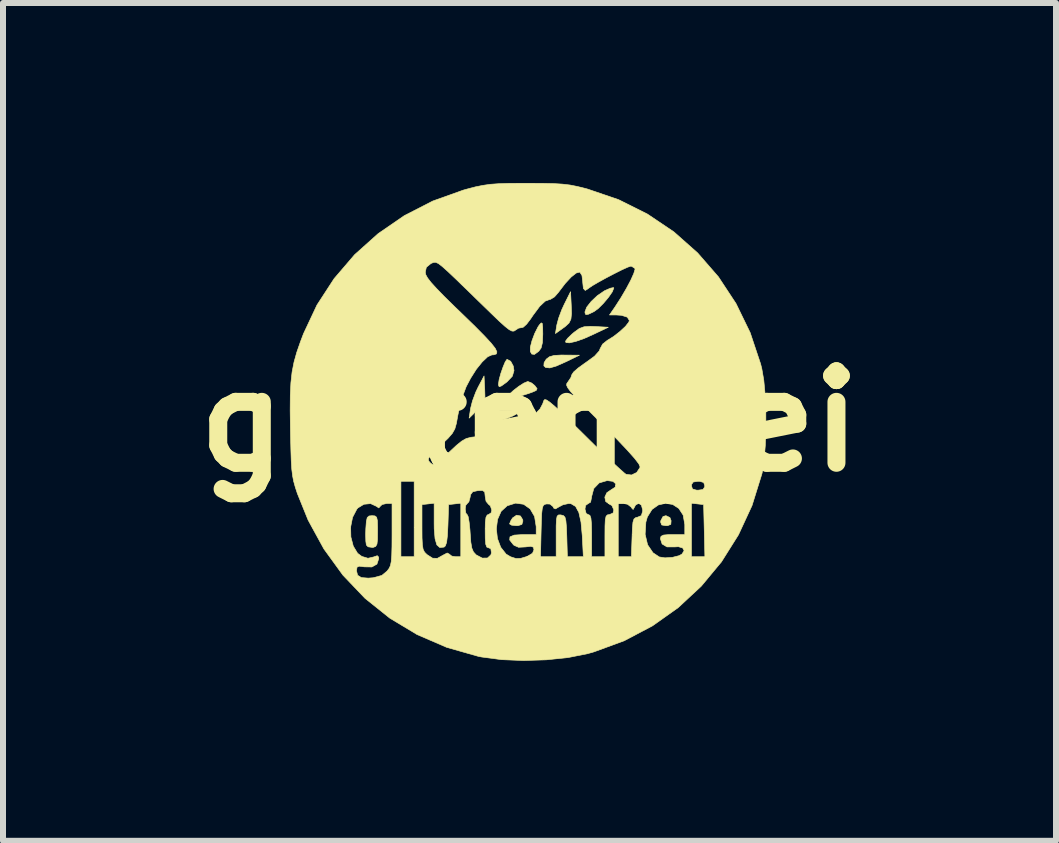
<source format=kicad_pcb>
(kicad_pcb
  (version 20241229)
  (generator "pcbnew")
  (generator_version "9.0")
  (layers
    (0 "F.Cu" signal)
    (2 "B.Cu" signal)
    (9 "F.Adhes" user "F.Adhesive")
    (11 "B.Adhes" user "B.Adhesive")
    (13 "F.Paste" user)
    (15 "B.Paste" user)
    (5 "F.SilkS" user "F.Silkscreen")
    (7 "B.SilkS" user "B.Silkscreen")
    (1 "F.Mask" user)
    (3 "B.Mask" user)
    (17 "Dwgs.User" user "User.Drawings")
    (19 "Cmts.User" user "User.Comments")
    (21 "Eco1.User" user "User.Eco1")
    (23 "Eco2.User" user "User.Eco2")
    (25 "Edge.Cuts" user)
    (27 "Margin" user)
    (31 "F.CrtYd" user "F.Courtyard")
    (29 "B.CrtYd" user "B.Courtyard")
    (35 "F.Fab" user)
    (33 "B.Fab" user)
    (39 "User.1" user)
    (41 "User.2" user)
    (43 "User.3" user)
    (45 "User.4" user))
  (footprint "glutenfrei"
    (layer "F.Cu")
    (at 5.777 3.975)
    (property "Reference" "glutenfrei" (at 0 0 0) (layer "F.SilkS") (effects (font (size 1.524 1.524) (thickness 0.3))))
    (attr through_hole)
    (fp_poly (pts (xy 2.34 1.602) (xy 2.36 1.655) (xy 2.355 1.716) (xy 2.303 1.737) (xy 2.274 1.738) (xy 2.203 1.726) (xy 2.186 1.68) (xy 2.188 1.655) (xy 2.225 1.585) (xy 2.274 1.571) (xy 2.34 1.602)) (stroke (width 0.01) (type solid)) (fill yes) (layer "F.SilkS"))
    (fp_poly (pts (xy -0.747 -0.539) (xy -0.743 -0.413) (xy -0.756 -0.331) (xy -0.796 -0.266) (xy -0.871 -0.188) (xy -1.007 -0.055) (xy -0.983 -0.216) (xy -0.951 -0.342) (xy -0.896 -0.489) (xy -0.859 -0.567) (xy -0.758 -0.758) (xy -0.747 -0.539)) (stroke (width 0.01) (type solid)) (fill yes) (layer "F.SilkS"))
    (fp_poly (pts (xy -0.151 1.576) (xy -0.113 1.64) (xy -0.111 1.663) (xy -0.128 1.717) (xy -0.191 1.737) (xy -0.222 1.738) (xy -0.3 1.729) (xy -0.333 1.708) (xy -0.333 1.708) (xy -0.313 1.657) (xy -0.283 1.609) (xy -0.216 1.563) (xy -0.151 1.576)) (stroke (width 0.01) (type solid)) (fill yes) (layer "F.SilkS"))
    (fp_poly (pts (xy 0.588 -1.106) (xy 0.832 -1.104) (xy 0.61 -0.996) (xy 0.448 -0.924) (xy 0.338 -0.892) (xy 0.268 -0.899) (xy 0.239 -0.927) (xy 0.243 -0.98) (xy 0.279 -1.038) (xy 0.332 -1.078) (xy 0.409 -1.1) (xy 0.532 -1.107) (xy 0.588 -1.106)) (stroke (width 0.01) (type solid)) (fill yes) (layer "F.SilkS"))
    (fp_poly (pts (xy 0.695 -1.945) (xy 0.7 -1.799) (xy 0.69 -1.705) (xy 0.658 -1.64) (xy 0.595 -1.582) (xy 0.552 -1.551) (xy 0.432 -1.465) (xy 0.455 -1.608) (xy 0.485 -1.721) (xy 0.537 -1.861) (xy 0.581 -1.956) (xy 0.684 -2.163) (xy 0.695 -1.945)) (stroke (width 0.01) (type solid)) (fill yes) (layer "F.SilkS"))
    (fp_poly (pts (xy 1.094 -1.582) (xy 1.313 -1.57) (xy 1.072 -1.455) (xy 0.909 -1.382) (xy 0.769 -1.333) (xy 0.665 -1.31) (xy 0.607 -1.315) (xy 0.6 -1.338) (xy 0.636 -1.387) (xy 0.709 -1.457) (xy 0.746 -1.488) (xy 0.83 -1.549) (xy 0.909 -1.578) (xy 1.012 -1.585) (xy 1.094 -1.582)) (stroke (width 0.01) (type solid)) (fill yes) (layer "F.SilkS"))
    (fp_poly (pts (xy 0.212 -1.634) (xy 0.219 -1.572) (xy 0.221 -1.457) (xy 0.215 -1.314) (xy 0.193 -1.224) (xy 0.154 -1.17) (xy 0.082 -1.117) (xy 0.037 -1.123) (xy 0.013 -1.166) (xy 0.013 -1.237) (xy 0.041 -1.346) (xy 0.087 -1.468) (xy 0.142 -1.577) (xy 0.166 -1.612) (xy 0.195 -1.643) (xy 0.212 -1.634)) (stroke (width 0.01) (type solid)) (fill yes) (layer "F.SilkS"))
    (fp_poly (pts (xy -0.314 -1.003) (xy -0.271 -0.923) (xy -0.259 -0.847) (xy -0.287 -0.753) (xy -0.376 -0.659) (xy -0.388 -0.65) (xy -0.468 -0.592) (xy -0.506 -0.578) (xy -0.517 -0.605) (xy -0.518 -0.62) (xy -0.507 -0.696) (xy -0.479 -0.799) (xy -0.442 -0.905) (xy -0.406 -0.992) (xy -0.377 -1.034) (xy -0.374 -1.035) (xy -0.314 -1.003)) (stroke (width 0.01) (type solid)) (fill yes) (layer "F.SilkS"))
    (fp_poly (pts (xy 0.036 -0.64) (xy 0.088 -0.597) (xy 0.126 -0.546) (xy 0.111 -0.516) (xy 0.047 -0.488) (xy -0.064 -0.45) (xy -0.148 -0.425) (xy -0.246 -0.399) (xy -0.305 -0.383) (xy -0.359 -0.384) (xy -0.37 -0.401) (xy -0.342 -0.447) (xy -0.272 -0.513) (xy -0.182 -0.583) (xy -0.095 -0.639) (xy -0.032 -0.665) (xy -0.028 -0.666) (xy 0.036 -0.64)) (stroke (width 0.01) (type solid)) (fill yes) (layer "F.SilkS"))
    (fp_poly (pts (xy 1.405 -2.225) (xy 1.38 -2.161) (xy 1.317 -2.07) (xy 1.233 -1.97) (xy 1.146 -1.883) (xy 1.075 -1.831) (xy 0.983 -1.787) (xy 0.939 -1.78) (xy 0.925 -1.808) (xy 0.924 -1.827) (xy 0.953 -1.904) (xy 1.028 -2) (xy 1.131 -2.097) (xy 1.245 -2.175) (xy 1.262 -2.184) (xy 1.348 -2.221) (xy 1.399 -2.231) (xy 1.405 -2.225)) (stroke (width 0.01) (type solid)) (fill yes) (layer "F.SilkS"))
    (fp_poly (pts (xy -2.577 1.575) (xy -2.549 1.597) (xy -2.536 1.654) (xy -2.533 1.761) (xy -2.533 1.83) (xy -2.534 1.966) (xy -2.543 2.045) (xy -2.565 2.084) (xy -2.604 2.099) (xy -2.616 2.101) (xy -2.691 2.09) (xy -2.72 2.06) (xy -2.729 1.996) (xy -2.732 1.885) (xy -2.729 1.789) (xy -2.72 1.667) (xy -2.705 1.602) (xy -2.675 1.576) (xy -2.625 1.571) (xy -2.577 1.575)) (stroke (width 0.01) (type solid)) (fill yes) (layer "F.SilkS"))
    (fp_poly (pts (xy -0.248 -0.183) (xy -0.184 -0.177) (xy -0.172 -0.161) (xy -0.201 -0.133) (xy -0.206 -0.13) (xy -0.28 -0.09) (xy -0.4 -0.041) (xy -0.541 0.008) (xy -0.676 0.049) (xy -0.779 0.072) (xy -0.806 0.074) (xy -0.826 0.056) (xy -0.791 0.000489) (xy -0.739 -0.055) (xy -0.666 -0.126) (xy -0.6 -0.165) (xy -0.515 -0.181) (xy -0.386 -0.185) (xy -0.374 -0.185) (xy -0.248 -0.183)) (stroke (width 0.01) (type solid)) (fill yes) (layer "F.SilkS"))
    (fp_poly (pts (xy 0.209 -3.969) (xy 0.397 -3.965) (xy 0.547 -3.956) (xy 0.674 -3.941) (xy 0.796 -3.917) (xy 0.93 -3.884) (xy 0.966 -3.874) (xy 1.484 -3.697) (xy 1.965 -3.457) (xy 2.406 -3.16) (xy 2.802 -2.809) (xy 3.149 -2.41) (xy 3.442 -1.965) (xy 3.678 -1.48) (xy 3.852 -0.959) (xy 3.872 -0.879) (xy 3.905 -0.687) (xy 3.928 -0.442) (xy 3.939 -0.165) (xy 3.94 0.123) (xy 3.93 0.403) (xy 3.909 0.654) (xy 3.878 0.855) (xy 3.872 0.879) (xy 3.709 1.402) (xy 3.483 1.89) (xy 3.2 2.34) (xy 2.863 2.746) (xy 2.478 3.104) (xy 2.049 3.408) (xy 1.579 3.656) (xy 1.075 3.841) (xy 0.966 3.872) (xy 0.644 3.936) (xy 0.28 3.974) (xy -0.099 3.986) (xy -0.466 3.971) (xy -0.797 3.927) (xy -0.85 3.917) (xy -1.381 3.766) (xy -1.876 3.552) (xy -2.331 3.278) (xy -2.744 2.947) (xy -3.111 2.562) (xy -3.428 2.125) (xy -3.628 1.76) (xy -2.982 1.76) (xy -2.978 1.926) (xy -2.938 2.079) (xy -2.866 2.198) (xy -2.796 2.25) (xy -2.693 2.281) (xy -2.602 2.26) (xy -2.538 2.238) (xy -2.516 2.261) (xy -2.514 2.289) (xy -2.544 2.379) (xy -2.628 2.426) (xy -2.754 2.424) (xy -2.84 2.413) (xy -2.876 2.43) (xy -2.884 2.488) (xy -2.884 2.491) (xy -2.866 2.564) (xy -2.804 2.603) (xy -2.688 2.612) (xy -2.607 2.606) (xy -2.462 2.567) (xy -2.376 2.496) (xy -2.342 2.452) (xy -2.319 2.404) (xy -2.305 2.336) (xy -2.297 2.235) (xy -2.293 2.087) (xy -2.292 1.884) (xy -2.292 1.368) (xy -2.382 1.368) (xy -2.457 1.385) (xy -2.488 1.414) (xy -2.513 1.442) (xy -2.554 1.414) (xy -2.649 1.37) (xy -2.761 1.381) (xy -2.861 1.442) (xy -2.879 1.463) (xy -2.95 1.599) (xy -2.982 1.76) (xy -3.628 1.76) (xy -3.692 1.642) (xy -3.87 1.202) (xy -3.904 1.098) (xy -3.93 1.005) (xy -3.932 0.998) (xy -2.144 0.998) (xy -2.144 2.255) (xy -1.923 2.255) (xy -1.923 1.386) (xy -1.793 1.386) (xy -1.793 1.769) (xy -1.792 1.942) (xy -1.786 2.058) (xy -1.774 2.131) (xy -1.75 2.179) (xy -1.713 2.216) (xy -1.706 2.222) (xy -1.615 2.28) (xy -1.536 2.282) (xy -1.443 2.23) (xy -1.372 2.193) (xy -1.34 2.21) (xy -1.339 2.211) (xy -1.296 2.245) (xy -1.235 2.255) (xy -1.146 2.255) (xy -1.146 1.46) (xy -1.072 1.46) (xy -1.061 1.53) (xy -1.04 1.553) (xy -1.023 1.587) (xy -1.007 1.678) (xy -0.993 1.808) (xy -0.99 1.855) (xy -0.979 2.011) (xy -0.962 2.111) (xy -0.935 2.175) (xy -0.892 2.222) (xy -0.887 2.226) (xy -0.788 2.278) (xy -0.701 2.277) (xy -0.645 2.225) (xy -0.635 2.191) (xy -0.645 2.122) (xy -0.681 2.107) (xy -0.712 2.095) (xy -0.73 2.047) (xy -0.738 1.951) (xy -0.739 1.83) (xy -0.739 1.79) (xy -0.553 1.79) (xy -0.535 1.952) (xy -0.48 2.098) (xy -0.39 2.212) (xy -0.314 2.257) (xy -0.227 2.285) (xy -0.148 2.283) (xy -0.055 2.255) (xy 0.183 2.255) (xy 0.444 2.255) (xy 0.444 1.902) (xy 0.444 1.738) (xy 0.449 1.635) (xy 0.46 1.58) (xy 0.482 1.559) (xy 0.516 1.558) (xy 0.527 1.56) (xy 0.566 1.57) (xy 0.591 1.597) (xy 0.606 1.655) (xy 0.615 1.758) (xy 0.621 1.913) (xy 0.631 2.255) (xy 0.897 2.255) (xy 0.879 1.906) (xy 0.858 1.678) (xy 0.822 1.517) (xy 0.791 1.46) (xy 0.924 1.46) (xy 0.944 1.535) (xy 0.98 1.553) (xy 1.006 1.565) (xy 1.023 1.611) (xy 1.032 1.703) (xy 1.035 1.853) (xy 1.035 1.904) (xy 1.035 2.255) (xy 1.257 2.255) (xy 1.257 1.904) (xy 1.258 1.741) (xy 1.263 1.638) (xy 1.276 1.581) (xy 1.298 1.558) (xy 1.331 1.553) (xy 1.392 1.527) (xy 1.405 1.475) (xy 1.373 1.402) (xy 1.331 1.379) (xy 1.316 1.368) (xy 1.479 1.368) (xy 1.479 2.255) (xy 1.698 2.255) (xy 1.709 1.932) (xy 1.711 1.882) (xy 1.927 1.882) (xy 1.968 2.056) (xy 2.058 2.189) (xy 2.163 2.259) (xy 2.258 2.274) (xy 2.381 2.266) (xy 2.424 2.255) (xy 2.699 2.255) (xy 2.923 2.255) (xy 2.913 1.821) (xy 2.902 1.386) (xy 2.801 1.375) (xy 2.699 1.363) (xy 2.699 2.255) (xy 2.424 2.255) (xy 2.492 2.238) (xy 2.54 2.212) (xy 2.577 2.155) (xy 2.553 2.109) (xy 2.481 2.088) (xy 2.417 2.092) (xy 2.292 2.092) (xy 2.21 2.043) (xy 2.181 1.955) (xy 2.192 1.915) (xy 2.234 1.894) (xy 2.325 1.886) (xy 2.385 1.886) (xy 2.588 1.886) (xy 2.588 1.718) (xy 2.561 1.562) (xy 2.488 1.45) (xy 2.386 1.384) (xy 2.267 1.365) (xy 2.148 1.392) (xy 2.042 1.467) (xy 1.964 1.592) (xy 1.939 1.68) (xy 1.927 1.882) (xy 1.711 1.882) (xy 1.715 1.776) (xy 1.724 1.68) (xy 1.741 1.627) (xy 1.769 1.604) (xy 1.802 1.596) (xy 1.864 1.57) (xy 1.885 1.499) (xy 1.886 1.476) (xy 1.865 1.396) (xy 1.82 1.365) (xy 1.769 1.392) (xy 1.75 1.427) (xy 1.727 1.468) (xy 1.702 1.442) (xy 1.693 1.427) (xy 1.634 1.381) (xy 1.569 1.368) (xy 1.479 1.368) (xy 1.316 1.368) (xy 1.269 1.334) (xy 1.255 1.262) (xy 1.289 1.188) (xy 1.352 1.145) (xy 1.428 1.096) (xy 1.432 1.072) (xy 2.699 1.072) (xy 2.716 1.126) (xy 2.781 1.145) (xy 2.81 1.146) (xy 2.891 1.135) (xy 2.92 1.091) (xy 2.921 1.072) (xy 2.903 1.018) (xy 2.839 0.999) (xy 2.81 0.998) (xy 2.729 1.01) (xy 2.7 1.053) (xy 2.699 1.072) (xy 1.432 1.072) (xy 1.438 1.041) (xy 1.391 0.999) (xy 1.294 0.986) (xy 1.161 1.025) (xy 1.071 1.119) (xy 1.035 1.253) (xy 1.035 1.261) (xy 1.018 1.346) (xy 0.98 1.368) (xy 0.935 1.4) (xy 0.924 1.46) (xy 0.791 1.46) (xy 0.768 1.417) (xy 0.692 1.372) (xy 0.654 1.368) (xy 0.558 1.389) (xy 0.493 1.423) (xy 0.433 1.458) (xy 0.403 1.445) (xy 0.392 1.42) (xy 0.341 1.378) (xy 0.287 1.375) (xy 0.251 1.383) (xy 0.227 1.405) (xy 0.212 1.454) (xy 0.202 1.541) (xy 0.197 1.681) (xy 0.193 1.821) (xy 0.183 2.255) (xy -0.055 2.255) (xy -0.042 2.252) (xy 0.049 2.198) (xy 0.074 2.14) (xy 0.064 2.096) (xy 0.021 2.082) (xy -0.068 2.092) (xy -0.183 2.098) (xy -0.258 2.065) (xy -0.271 2.053) (xy -0.331 1.976) (xy -0.326 1.924) (xy -0.256 1.895) (xy -0.116 1.886) (xy -0.111 1.886) (xy 0.111 1.886) (xy 0.111 1.754) (xy 0.084 1.585) (xy 0.01 1.458) (xy -0.099 1.381) (xy -0.232 1.362) (xy -0.372 1.406) (xy -0.473 1.498) (xy -0.533 1.633) (xy -0.553 1.79) (xy -0.739 1.79) (xy -0.737 1.684) (xy -0.726 1.598) (xy -0.705 1.559) (xy -0.684 1.553) (xy -0.639 1.522) (xy -0.629 1.478) (xy -0.653 1.407) (xy -0.684 1.381) (xy -0.725 1.331) (xy -0.739 1.251) (xy -0.747 1.177) (xy -0.783 1.151) (xy -0.86 1.153) (xy -0.946 1.172) (xy -0.983 1.221) (xy -0.991 1.266) (xy -1.011 1.34) (xy -1.038 1.368) (xy -1.064 1.4) (xy -1.072 1.46) (xy -1.146 1.46) (xy -1.146 1.363) (xy -1.248 1.375) (xy -1.349 1.386) (xy -1.36 1.73) (xy -1.369 1.904) (xy -1.382 2.015) (xy -1.403 2.075) (xy -1.425 2.095) (xy -1.496 2.102) (xy -1.545 2.058) (xy -1.575 1.955) (xy -1.589 1.788) (xy -1.59 1.694) (xy -1.59 1.363) (xy -1.691 1.375) (xy -1.793 1.386) (xy -1.923 1.386) (xy -1.923 0.998) (xy -2.144 0.998) (xy -3.932 0.998) (xy -3.949 0.91) (xy -3.963 0.799) (xy -3.972 0.658) (xy -3.978 0.476) (xy -3.984 0.238) (xy -3.986 0.131) (xy -3.99 -0.182) (xy -3.988 -0.435) (xy -3.978 -0.644) (xy -3.958 -0.824) (xy -3.926 -0.988) (xy -3.88 -1.152) (xy -3.818 -1.33) (xy -3.767 -1.464) (xy -3.543 -1.941) (xy -3.257 -2.381) (xy -3.166 -2.487) (xy -1.738 -2.487) (xy -1.729 -2.445) (xy -1.699 -2.391) (xy -1.642 -2.317) (xy -1.552 -2.218) (xy -1.424 -2.086) (xy -1.25 -1.915) (xy -1.121 -1.791) (xy -0.91 -1.586) (xy -0.751 -1.425) (xy -0.639 -1.304) (xy -0.571 -1.217) (xy -0.544 -1.159) (xy -0.553 -1.125) (xy -0.595 -1.111) (xy -0.628 -1.109) (xy -0.698 -1.078) (xy -0.788 -0.993) (xy -0.887 -0.87) (xy -0.982 -0.72) (xy -1.057 -0.577) (xy -1.114 -0.424) (xy -1.166 -0.242) (xy -1.196 -0.097) (xy -1.219 0.032) (xy -1.245 0.124) (xy -1.287 0.199) (xy -1.358 0.281) (xy -1.471 0.389) (xy -1.479 0.397) (xy -1.592 0.505) (xy -1.659 0.577) (xy -1.686 0.623) (xy -1.681 0.658) (xy -1.656 0.688) (xy -1.624 0.714) (xy -1.589 0.717) (xy -1.539 0.69) (xy -1.462 0.626) (xy -1.344 0.517) (xy -1.338 0.511) (xy -1.217 0.398) (xy -1.129 0.327) (xy -1.055 0.285) (xy -0.974 0.264) (xy -0.868 0.252) (xy -0.846 0.25) (xy -0.534 0.191) (xy -0.227 0.074) (xy -0.013 -0.05) (xy 0.104 -0.136) (xy 0.175 -0.209) (xy 0.219 -0.292) (xy 0.239 -0.349) (xy 0.254 -0.365) (xy 0.285 -0.357) (xy 0.339 -0.32) (xy 0.422 -0.25) (xy 0.539 -0.142) (xy 0.695 0.01) (xy 0.897 0.209) (xy 0.898 0.21) (xy 1.079 0.389) (xy 1.247 0.551) (xy 1.392 0.689) (xy 1.507 0.795) (xy 1.583 0.862) (xy 1.608 0.881) (xy 1.7 0.893) (xy 1.787 0.851) (xy 1.84 0.769) (xy 1.843 0.758) (xy 1.823 0.709) (xy 1.752 0.616) (xy 1.629 0.478) (xy 1.453 0.292) (xy 1.223 0.059) (xy 1.217 0.052) (xy 1.018 -0.148) (xy 0.866 -0.302) (xy 0.756 -0.417) (xy 0.682 -0.501) (xy 0.638 -0.56) (xy 0.619 -0.6) (xy 0.62 -0.629) (xy 0.636 -0.653) (xy 0.64 -0.658) (xy 0.689 -0.731) (xy 0.705 -0.779) (xy 0.735 -0.824) (xy 0.813 -0.892) (xy 0.922 -0.971) (xy 0.936 -0.98) (xy 1.084 -1.088) (xy 1.163 -1.176) (xy 1.176 -1.211) (xy 1.218 -1.289) (xy 1.296 -1.351) (xy 1.401 -1.416) (xy 1.507 -1.499) (xy 1.598 -1.583) (xy 1.654 -1.654) (xy 1.664 -1.682) (xy 1.63 -1.738) (xy 1.532 -1.769) (xy 1.44 -1.775) (xy 1.333 -1.775) (xy 1.428 -1.913) (xy 1.525 -2.064) (xy 1.614 -2.216) (xy 1.688 -2.355) (xy 1.738 -2.467) (xy 1.759 -2.537) (xy 1.757 -2.55) (xy 1.702 -2.586) (xy 1.686 -2.588) (xy 1.636 -2.571) (xy 1.539 -2.527) (xy 1.414 -2.464) (xy 1.278 -2.393) (xy 1.149 -2.322) (xy 1.046 -2.262) (xy 0.986 -2.221) (xy 0.982 -2.217) (xy 0.929 -2.183) (xy 0.898 -2.215) (xy 0.887 -2.316) (xy 0.887 -2.325) (xy 0.874 -2.433) (xy 0.839 -2.488) (xy 0.836 -2.489) (xy 0.779 -2.474) (xy 0.695 -2.408) (xy 0.594 -2.299) (xy 0.488 -2.16) (xy 0.484 -2.154) (xy 0.416 -2.076) (xy 0.349 -2.035) (xy 0.337 -2.033) (xy 0.261 -2.005) (xy 0.169 -1.918) (xy 0.056 -1.766) (xy 0.018 -1.709) (xy -0.048 -1.622) (xy -0.104 -1.571) (xy -0.126 -1.565) (xy -0.183 -1.555) (xy -0.232 -1.523) (xy -0.259 -1.506) (xy -0.292 -1.506) (xy -0.338 -1.529) (xy -0.406 -1.582) (xy -0.505 -1.671) (xy -0.642 -1.803) (xy -0.749 -1.907) (xy -0.899 -2.053) (xy -1.03 -2.181) (xy -1.134 -2.281) (xy -1.2 -2.346) (xy -1.221 -2.366) (xy -1.358 -2.496) (xy -1.453 -2.581) (xy -1.517 -2.631) (xy -1.562 -2.652) (xy -1.598 -2.651) (xy -1.638 -2.635) (xy -1.644 -2.632) (xy -1.72 -2.57) (xy -1.738 -2.487) (xy -3.166 -2.487) (xy -2.916 -2.779) (xy -2.524 -3.13) (xy -2.088 -3.43) (xy -1.613 -3.674) (xy -1.104 -3.856) (xy -1.043 -3.873) (xy -0.902 -3.91) (xy -0.778 -3.935) (xy -0.654 -3.953) (xy -0.512 -3.963) (xy -0.335 -3.969) (xy -0.106 -3.97) (xy -0.037 -3.97) (xy 0.209 -3.969)) (stroke (width 0.01) (type solid)) (fill yes) (layer "F.SilkS")))
  (gr_rect
    (start -3 -3)
    (end 14.553 10.966)
    (stroke (width 0.1) (type default))
    (fill no)
    (layer "Edge.Cuts")))
</source>
